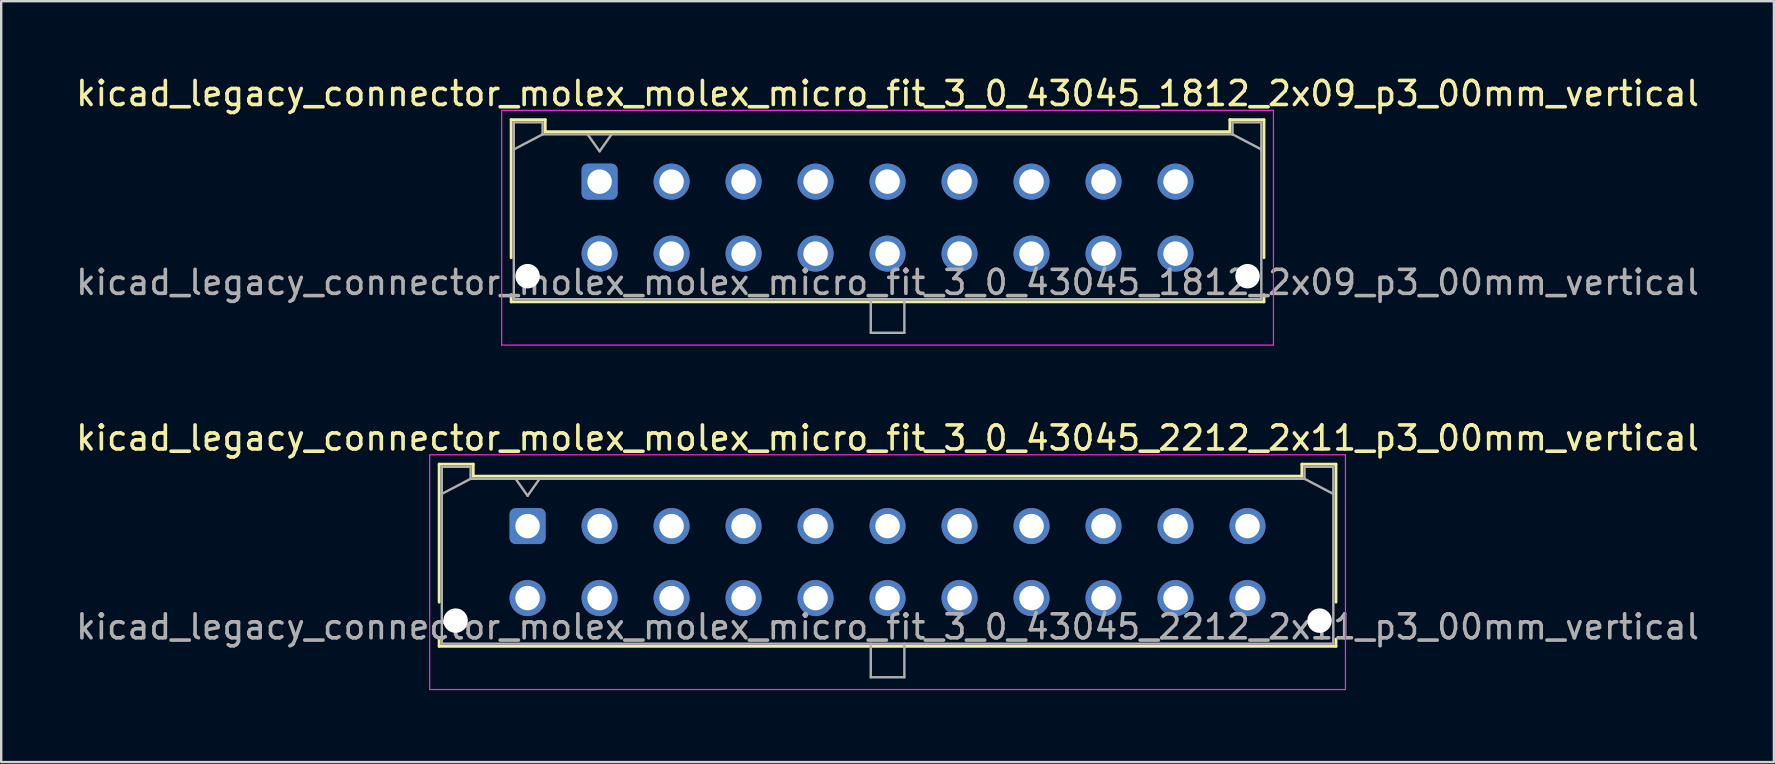
<source format=kicad_pcb>
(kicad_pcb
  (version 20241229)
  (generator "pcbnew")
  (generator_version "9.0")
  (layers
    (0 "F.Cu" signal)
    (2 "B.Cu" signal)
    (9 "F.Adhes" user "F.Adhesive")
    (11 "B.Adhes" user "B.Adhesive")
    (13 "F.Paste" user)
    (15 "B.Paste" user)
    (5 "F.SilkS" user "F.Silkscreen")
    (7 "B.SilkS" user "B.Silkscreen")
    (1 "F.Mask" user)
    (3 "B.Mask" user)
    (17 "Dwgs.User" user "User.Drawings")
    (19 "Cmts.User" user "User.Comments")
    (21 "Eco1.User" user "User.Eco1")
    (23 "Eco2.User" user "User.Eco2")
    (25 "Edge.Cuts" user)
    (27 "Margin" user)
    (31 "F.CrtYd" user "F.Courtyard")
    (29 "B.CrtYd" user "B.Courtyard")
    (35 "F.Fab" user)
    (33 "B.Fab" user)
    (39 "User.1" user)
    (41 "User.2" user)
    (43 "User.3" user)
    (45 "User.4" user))
  (footprint "kicad_legacy_connector_molex_molex_micro_fit_3_0_43045_2212_2x11_p3_00mm_vertical"
    (layer "F.Cu")
    (at 18.935 18.872)
    (property "Reference" "kicad_legacy_connector_molex_molex_micro_fit_3_0_43045_2212_2x11_p3_00mm_vertical" (at 15 -3.67 0) (layer "F.SilkS") (effects (font (size 1 1) (thickness 0.15))))
    (attr through_hole)
    (fp_line (start -3.685 -2.58) (end -2.265 -2.58) (stroke (width 0.12) (type solid)) (layer "F.SilkS"))
    (fp_line (start -3.685 3.17) (end -3.685 -2.58) (stroke (width 0.12) (type solid)) (layer "F.SilkS"))
    (fp_line (start -3.685 4.71) (end -3.685 5.01) (stroke (width 0.12) (type solid)) (layer "F.SilkS"))
    (fp_line (start -3.685 5.01) (end 33.685 5.01) (stroke (width 0.12) (type solid)) (layer "F.SilkS"))
    (fp_line (start -2.265 -2.58) (end -2.265 -2.08) (stroke (width 0.12) (type solid)) (layer "F.SilkS"))
    (fp_line (start -2.265 -2.08) (end 32.265 -2.08) (stroke (width 0.12) (type solid)) (layer "F.SilkS"))
    (fp_line (start 32.265 -2.58) (end 33.685 -2.58) (stroke (width 0.12) (type solid)) (layer "F.SilkS"))
    (fp_line (start 32.265 -2.08) (end 32.265 -2.58) (stroke (width 0.12) (type solid)) (layer "F.SilkS"))
    (fp_line (start 33.685 -2.58) (end 33.685 3.17) (stroke (width 0.12) (type solid)) (layer "F.SilkS"))
    (fp_line (start 33.685 5.01) (end 33.685 4.71) (stroke (width 0.12) (type solid)) (layer "F.SilkS"))
    (fp_line (start -4.08 -2.97) (end 34.08 -2.97) (stroke (width 0.05) (type solid)) (layer "F.CrtYd"))
    (fp_line (start -4.08 6.81) (end -4.08 -2.97) (stroke (width 0.05) (type solid)) (layer "F.CrtYd"))
    (fp_line (start 34.08 -2.97) (end 34.08 6.81) (stroke (width 0.05) (type solid)) (layer "F.CrtYd"))
    (fp_line (start 34.08 6.81) (end -4.08 6.81) (stroke (width 0.05) (type solid)) (layer "F.CrtYd"))
    (fp_line (start -3.575 -2.47) (end -3.575 4.9) (stroke (width 0.1) (type solid)) (layer "F.Fab"))
    (fp_line (start -3.575 -1.34) (end -2.375 -1.97) (stroke (width 0.1) (type solid)) (layer "F.Fab"))
    (fp_line (start -3.575 4.9) (end 33.575 4.9) (stroke (width 0.1) (type solid)) (layer "F.Fab"))
    (fp_line (start -2.375 -2.47) (end -3.575 -2.47) (stroke (width 0.1) (type solid)) (layer "F.Fab"))
    (fp_line (start -2.375 -1.97) (end -2.375 -2.47) (stroke (width 0.1) (type solid)) (layer "F.Fab"))
    (fp_line (start -0.5 -1.97) (end 0 -1.263) (stroke (width 0.1) (type solid)) (layer "F.Fab"))
    (fp_line (start 0 -1.263) (end 0.5 -1.97) (stroke (width 0.1) (type solid)) (layer "F.Fab"))
    (fp_line (start 14.3 4.9) (end 14.3 6.3) (stroke (width 0.1) (type solid)) (layer "F.Fab"))
    (fp_line (start 14.3 6.3) (end 15.7 6.3) (stroke (width 0.1) (type solid)) (layer "F.Fab"))
    (fp_line (start 15.7 6.3) (end 15.7 4.9) (stroke (width 0.1) (type solid)) (layer "F.Fab"))
    (fp_line (start 32.375 -2.47) (end 32.375 -1.97) (stroke (width 0.1) (type solid)) (layer "F.Fab"))
    (fp_line (start 32.375 -1.97) (end -2.375 -1.97) (stroke (width 0.1) (type solid)) (layer "F.Fab"))
    (fp_line (start 33.575 -2.47) (end 32.375 -2.47) (stroke (width 0.1) (type solid)) (layer "F.Fab"))
    (fp_line (start 33.575 -1.34) (end 32.375 -1.97) (stroke (width 0.1) (type solid)) (layer "F.Fab"))
    (fp_line (start 33.575 4.9) (end 33.575 -2.47) (stroke (width 0.1) (type solid)) (layer "F.Fab"))
    (fp_text user "${REFERENCE}" (at 15 4.2 0) (layer "F.Fab") (effects (font (size 1 1) (thickness 0.15))))
    (pad "" np_thru_hole circle (at -3 3.94) (size 1.02 1.02) (drill 1.02) (layers "*.Cu" "*.Mask"))
    (pad "" np_thru_hole circle (at 33 3.94) (size 1.02 1.02) (drill 1.02) (layers "*.Cu" "*.Mask"))
    (pad "1" thru_hole roundrect (at 0 0) (size 1.5 1.5) (drill 1.02) (layers "*.Cu" "*.Mask") (roundrect_rratio 0.167))
    (pad "2" thru_hole circle (at 3 0) (size 1.5 1.5) (drill 1.02) (layers "*.Cu" "*.Mask"))
    (pad "3" thru_hole circle (at 6 0) (size 1.5 1.5) (drill 1.02) (layers "*.Cu" "*.Mask"))
    (pad "4" thru_hole circle (at 9 0) (size 1.5 1.5) (drill 1.02) (layers "*.Cu" "*.Mask"))
    (pad "5" thru_hole circle (at 12 0) (size 1.5 1.5) (drill 1.02) (layers "*.Cu" "*.Mask"))
    (pad "6" thru_hole circle (at 15 0) (size 1.5 1.5) (drill 1.02) (layers "*.Cu" "*.Mask"))
    (pad "7" thru_hole circle (at 18 0) (size 1.5 1.5) (drill 1.02) (layers "*.Cu" "*.Mask"))
    (pad "8" thru_hole circle (at 21 0) (size 1.5 1.5) (drill 1.02) (layers "*.Cu" "*.Mask"))
    (pad "9" thru_hole circle (at 24 0) (size 1.5 1.5) (drill 1.02) (layers "*.Cu" "*.Mask"))
    (pad "10" thru_hole circle (at 27 0) (size 1.5 1.5) (drill 1.02) (layers "*.Cu" "*.Mask"))
    (pad "11" thru_hole circle (at 30 0) (size 1.5 1.5) (drill 1.02) (layers "*.Cu" "*.Mask"))
    (pad "12" thru_hole circle (at 0 3) (size 1.5 1.5) (drill 1.02) (layers "*.Cu" "*.Mask"))
    (pad "13" thru_hole circle (at 3 3) (size 1.5 1.5) (drill 1.02) (layers "*.Cu" "*.Mask"))
    (pad "14" thru_hole circle (at 6 3) (size 1.5 1.5) (drill 1.02) (layers "*.Cu" "*.Mask"))
    (pad "15" thru_hole circle (at 9 3) (size 1.5 1.5) (drill 1.02) (layers "*.Cu" "*.Mask"))
    (pad "16" thru_hole circle (at 12 3) (size 1.5 1.5) (drill 1.02) (layers "*.Cu" "*.Mask"))
    (pad "17" thru_hole circle (at 15 3) (size 1.5 1.5) (drill 1.02) (layers "*.Cu" "*.Mask"))
    (pad "18" thru_hole circle (at 18 3) (size 1.5 1.5) (drill 1.02) (layers "*.Cu" "*.Mask"))
    (pad "19" thru_hole circle (at 21 3) (size 1.5 1.5) (drill 1.02) (layers "*.Cu" "*.Mask"))
    (pad "20" thru_hole circle (at 24 3) (size 1.5 1.5) (drill 1.02) (layers "*.Cu" "*.Mask"))
    (pad "21" thru_hole circle (at 27 3) (size 1.5 1.5) (drill 1.02) (layers "*.Cu" "*.Mask"))
    (pad "22" thru_hole circle (at 30 3) (size 1.5 1.5) (drill 1.02) (layers "*.Cu" "*.Mask")))
  (footprint "kicad_legacy_connector_molex_molex_micro_fit_3_0_43045_1812_2x09_p3_00mm_vertical"
    (layer "F.Cu")
    (at 21.935 4.518)
    (property "Reference" "kicad_legacy_connector_molex_molex_micro_fit_3_0_43045_1812_2x09_p3_00mm_vertical" (at 12 -3.67 0) (layer "F.SilkS") (effects (font (size 1 1) (thickness 0.15))))
    (attr through_hole)
    (fp_line (start -3.685 -2.58) (end -2.265 -2.58) (stroke (width 0.12) (type solid)) (layer "F.SilkS"))
    (fp_line (start -3.685 3.17) (end -3.685 -2.58) (stroke (width 0.12) (type solid)) (layer "F.SilkS"))
    (fp_line (start -3.685 4.71) (end -3.685 5.01) (stroke (width 0.12) (type solid)) (layer "F.SilkS"))
    (fp_line (start -3.685 5.01) (end 27.685 5.01) (stroke (width 0.12) (type solid)) (layer "F.SilkS"))
    (fp_line (start -2.265 -2.58) (end -2.265 -2.08) (stroke (width 0.12) (type solid)) (layer "F.SilkS"))
    (fp_line (start -2.265 -2.08) (end 26.265 -2.08) (stroke (width 0.12) (type solid)) (layer "F.SilkS"))
    (fp_line (start 26.265 -2.58) (end 27.685 -2.58) (stroke (width 0.12) (type solid)) (layer "F.SilkS"))
    (fp_line (start 26.265 -2.08) (end 26.265 -2.58) (stroke (width 0.12) (type solid)) (layer "F.SilkS"))
    (fp_line (start 27.685 -2.58) (end 27.685 3.17) (stroke (width 0.12) (type solid)) (layer "F.SilkS"))
    (fp_line (start 27.685 5.01) (end 27.685 4.71) (stroke (width 0.12) (type solid)) (layer "F.SilkS"))
    (fp_line (start -4.08 -2.97) (end 28.08 -2.97) (stroke (width 0.05) (type solid)) (layer "F.CrtYd"))
    (fp_line (start -4.08 6.81) (end -4.08 -2.97) (stroke (width 0.05) (type solid)) (layer "F.CrtYd"))
    (fp_line (start 28.08 -2.97) (end 28.08 6.81) (stroke (width 0.05) (type solid)) (layer "F.CrtYd"))
    (fp_line (start 28.08 6.81) (end -4.08 6.81) (stroke (width 0.05) (type solid)) (layer "F.CrtYd"))
    (fp_line (start -3.575 -2.47) (end -3.575 4.9) (stroke (width 0.1) (type solid)) (layer "F.Fab"))
    (fp_line (start -3.575 -1.34) (end -2.375 -1.97) (stroke (width 0.1) (type solid)) (layer "F.Fab"))
    (fp_line (start -3.575 4.9) (end 27.575 4.9) (stroke (width 0.1) (type solid)) (layer "F.Fab"))
    (fp_line (start -2.375 -2.47) (end -3.575 -2.47) (stroke (width 0.1) (type solid)) (layer "F.Fab"))
    (fp_line (start -2.375 -1.97) (end -2.375 -2.47) (stroke (width 0.1) (type solid)) (layer "F.Fab"))
    (fp_line (start -0.5 -1.97) (end 0 -1.263) (stroke (width 0.1) (type solid)) (layer "F.Fab"))
    (fp_line (start 0 -1.263) (end 0.5 -1.97) (stroke (width 0.1) (type solid)) (layer "F.Fab"))
    (fp_line (start 11.3 4.9) (end 11.3 6.3) (stroke (width 0.1) (type solid)) (layer "F.Fab"))
    (fp_line (start 11.3 6.3) (end 12.7 6.3) (stroke (width 0.1) (type solid)) (layer "F.Fab"))
    (fp_line (start 12.7 6.3) (end 12.7 4.9) (stroke (width 0.1) (type solid)) (layer "F.Fab"))
    (fp_line (start 26.375 -2.47) (end 26.375 -1.97) (stroke (width 0.1) (type solid)) (layer "F.Fab"))
    (fp_line (start 26.375 -1.97) (end -2.375 -1.97) (stroke (width 0.1) (type solid)) (layer "F.Fab"))
    (fp_line (start 27.575 -2.47) (end 26.375 -2.47) (stroke (width 0.1) (type solid)) (layer "F.Fab"))
    (fp_line (start 27.575 -1.34) (end 26.375 -1.97) (stroke (width 0.1) (type solid)) (layer "F.Fab"))
    (fp_line (start 27.575 4.9) (end 27.575 -2.47) (stroke (width 0.1) (type solid)) (layer "F.Fab"))
    (fp_text user "${REFERENCE}" (at 12 4.2 0) (layer "F.Fab") (effects (font (size 1 1) (thickness 0.15))))
    (pad "" np_thru_hole circle (at -3 3.94) (size 1.02 1.02) (drill 1.02) (layers "*.Cu" "*.Mask"))
    (pad "" np_thru_hole circle (at 27 3.94) (size 1.02 1.02) (drill 1.02) (layers "*.Cu" "*.Mask"))
    (pad "1" thru_hole roundrect (at 0 0) (size 1.5 1.5) (drill 1.02) (layers "*.Cu" "*.Mask") (roundrect_rratio 0.167))
    (pad "2" thru_hole circle (at 3 0) (size 1.5 1.5) (drill 1.02) (layers "*.Cu" "*.Mask"))
    (pad "3" thru_hole circle (at 6 0) (size 1.5 1.5) (drill 1.02) (layers "*.Cu" "*.Mask"))
    (pad "4" thru_hole circle (at 9 0) (size 1.5 1.5) (drill 1.02) (layers "*.Cu" "*.Mask"))
    (pad "5" thru_hole circle (at 12 0) (size 1.5 1.5) (drill 1.02) (layers "*.Cu" "*.Mask"))
    (pad "6" thru_hole circle (at 15 0) (size 1.5 1.5) (drill 1.02) (layers "*.Cu" "*.Mask"))
    (pad "7" thru_hole circle (at 18 0) (size 1.5 1.5) (drill 1.02) (layers "*.Cu" "*.Mask"))
    (pad "8" thru_hole circle (at 21 0) (size 1.5 1.5) (drill 1.02) (layers "*.Cu" "*.Mask"))
    (pad "9" thru_hole circle (at 24 0) (size 1.5 1.5) (drill 1.02) (layers "*.Cu" "*.Mask"))
    (pad "10" thru_hole circle (at 0 3) (size 1.5 1.5) (drill 1.02) (layers "*.Cu" "*.Mask"))
    (pad "11" thru_hole circle (at 3 3) (size 1.5 1.5) (drill 1.02) (layers "*.Cu" "*.Mask"))
    (pad "12" thru_hole circle (at 6 3) (size 1.5 1.5) (drill 1.02) (layers "*.Cu" "*.Mask"))
    (pad "13" thru_hole circle (at 9 3) (size 1.5 1.5) (drill 1.02) (layers "*.Cu" "*.Mask"))
    (pad "14" thru_hole circle (at 12 3) (size 1.5 1.5) (drill 1.02) (layers "*.Cu" "*.Mask"))
    (pad "15" thru_hole circle (at 15 3) (size 1.5 1.5) (drill 1.02) (layers "*.Cu" "*.Mask"))
    (pad "16" thru_hole circle (at 18 3) (size 1.5 1.5) (drill 1.02) (layers "*.Cu" "*.Mask"))
    (pad "17" thru_hole circle (at 21 3) (size 1.5 1.5) (drill 1.02) (layers "*.Cu" "*.Mask"))
    (pad "18" thru_hole circle (at 24 3) (size 1.5 1.5) (drill 1.02) (layers "*.Cu" "*.Mask")))
  (gr_rect
    (start -3 -3)
    (end 70.869 28.706)
    (stroke (width 0.1) (type default))
    (fill no)
    (layer "Edge.Cuts")))
</source>
